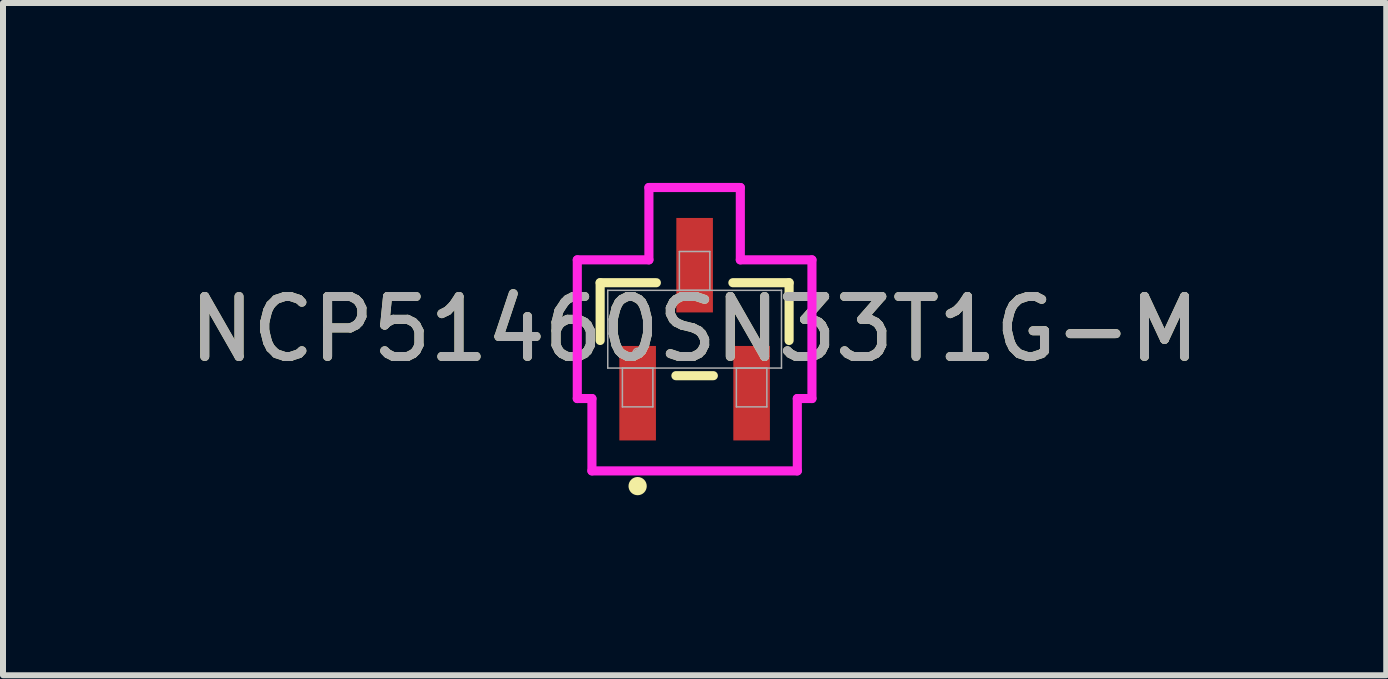
<source format=kicad_pcb>
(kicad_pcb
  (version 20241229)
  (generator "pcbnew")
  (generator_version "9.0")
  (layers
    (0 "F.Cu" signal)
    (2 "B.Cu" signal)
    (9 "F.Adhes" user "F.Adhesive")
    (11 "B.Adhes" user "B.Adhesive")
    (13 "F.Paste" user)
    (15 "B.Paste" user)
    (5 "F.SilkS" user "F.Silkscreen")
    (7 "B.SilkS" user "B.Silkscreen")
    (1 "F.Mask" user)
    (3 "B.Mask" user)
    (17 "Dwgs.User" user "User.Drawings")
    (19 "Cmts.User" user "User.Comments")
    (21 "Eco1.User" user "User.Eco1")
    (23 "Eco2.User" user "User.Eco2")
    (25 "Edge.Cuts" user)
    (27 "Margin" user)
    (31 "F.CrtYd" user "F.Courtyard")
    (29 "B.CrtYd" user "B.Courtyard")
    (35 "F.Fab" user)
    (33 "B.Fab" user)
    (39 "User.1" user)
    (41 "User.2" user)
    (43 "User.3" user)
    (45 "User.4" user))
  (footprint "NCP51460SN33T1G-M"
    (layer "F.Cu")
    (at 8.53 2.438)
    (property "Reference" "NCP51460SN33T1G-M" (at 0 0 0) (unlocked yes) (layer "F.SilkS") (effects (font (size 1 1) (thickness 0.15))))
    (attr smd)
    (fp_line (start -1.575 -0.775) (end -1.575 0.188) (stroke (width 0.152) (type solid)) (layer "F.SilkS"))
    (fp_line (start -0.638 -0.775) (end -1.575 -0.775) (stroke (width 0.152) (type solid)) (layer "F.SilkS"))
    (fp_line (start -0.312 0.775) (end 0.312 0.775) (stroke (width 0.152) (type solid)) (layer "F.SilkS"))
    (fp_line (start 1.575 -0.775) (end 0.638 -0.775) (stroke (width 0.152) (type solid)) (layer "F.SilkS"))
    (fp_line (start 1.575 0.188) (end 1.575 -0.775) (stroke (width 0.152) (type solid)) (layer "F.SilkS"))
    (fp_circle (center -0.95 2.616) (end -0.874 2.616) (stroke (width 0.152) (type solid)) (fill no) (layer "F.SilkS"))
    (fp_line (start -1.956 -1.156) (end -0.762 -1.156) (stroke (width 0.152) (type solid)) (layer "F.CrtYd"))
    (fp_line (start -1.956 1.156) (end -1.956 -1.156) (stroke (width 0.152) (type solid)) (layer "F.CrtYd"))
    (fp_line (start -1.956 1.156) (end -1.712 1.156) (stroke (width 0.152) (type solid)) (layer "F.CrtYd"))
    (fp_line (start -1.712 1.156) (end -1.712 2.362) (stroke (width 0.152) (type solid)) (layer "F.CrtYd"))
    (fp_line (start -1.712 2.362) (end 1.712 2.362) (stroke (width 0.152) (type solid)) (layer "F.CrtYd"))
    (fp_line (start -0.762 -2.362) (end 0.762 -2.362) (stroke (width 0.152) (type solid)) (layer "F.CrtYd"))
    (fp_line (start -0.762 -1.156) (end -0.762 -2.362) (stroke (width 0.152) (type solid)) (layer "F.CrtYd"))
    (fp_line (start 0.762 -1.156) (end 0.762 -2.362) (stroke (width 0.152) (type solid)) (layer "F.CrtYd"))
    (fp_line (start 1.712 1.156) (end 1.712 2.362) (stroke (width 0.152) (type solid)) (layer "F.CrtYd"))
    (fp_line (start 1.956 -1.156) (end 0.762 -1.156) (stroke (width 0.152) (type solid)) (layer "F.CrtYd"))
    (fp_line (start 1.956 -1.156) (end 1.956 1.156) (stroke (width 0.152) (type solid)) (layer "F.CrtYd"))
    (fp_line (start 1.956 1.156) (end 1.712 1.156) (stroke (width 0.152) (type solid)) (layer "F.CrtYd"))
    (fp_line (start -1.448 -0.648) (end -1.448 0.648) (stroke (width 0.025) (type solid)) (layer "F.Fab"))
    (fp_line (start -1.448 0.648) (end 1.448 0.648) (stroke (width 0.025) (type solid)) (layer "F.Fab"))
    (fp_line (start -1.204 0.648) (end -1.204 1.295) (stroke (width 0.025) (type solid)) (layer "F.Fab"))
    (fp_line (start -1.204 1.295) (end -0.696 1.295) (stroke (width 0.025) (type solid)) (layer "F.Fab"))
    (fp_line (start -0.696 0.648) (end -1.204 0.648) (stroke (width 0.025) (type solid)) (layer "F.Fab"))
    (fp_line (start -0.696 1.295) (end -0.696 0.648) (stroke (width 0.025) (type solid)) (layer "F.Fab"))
    (fp_line (start -0.254 -1.295) (end -0.254 -0.648) (stroke (width 0.025) (type solid)) (layer "F.Fab"))
    (fp_line (start -0.254 -0.648) (end 0.254 -0.648) (stroke (width 0.025) (type solid)) (layer "F.Fab"))
    (fp_line (start 0.254 -1.295) (end -0.254 -1.295) (stroke (width 0.025) (type solid)) (layer "F.Fab"))
    (fp_line (start 0.254 -0.648) (end 0.254 -1.295) (stroke (width 0.025) (type solid)) (layer "F.Fab"))
    (fp_line (start 0.696 0.648) (end 0.696 1.295) (stroke (width 0.025) (type solid)) (layer "F.Fab"))
    (fp_line (start 0.696 1.295) (end 1.204 1.295) (stroke (width 0.025) (type solid)) (layer "F.Fab"))
    (fp_line (start 1.204 0.648) (end 0.696 0.648) (stroke (width 0.025) (type solid)) (layer "F.Fab"))
    (fp_line (start 1.204 1.295) (end 1.204 0.648) (stroke (width 0.025) (type solid)) (layer "F.Fab"))
    (fp_line (start 1.448 -0.648) (end -1.448 -0.648) (stroke (width 0.025) (type solid)) (layer "F.Fab"))
    (fp_line (start 1.448 0.648) (end 1.448 -0.648) (stroke (width 0.025) (type solid)) (layer "F.Fab"))
    (fp_circle (center -0.95 0.394) (end -0.874 0.394) (stroke (width 0.025) (type solid)) (fill no) (layer "F.Fab"))
    (fp_text user "${REFERENCE}" (at 0 0 0) (unlocked yes) (layer "F.Fab") (effects (font (size 1 1) (thickness 0.15))))
    (pad "1" smd rect (at -0.95 1.067) (size 0.61 1.575) (layers "F.Cu" "F.Mask" "F.Paste"))
    (pad "2" smd rect (at 0.95 1.067) (size 0.61 1.575) (layers "F.Cu" "F.Mask" "F.Paste"))
    (pad "3" smd rect (at 0 -1.067) (size 0.61 1.575) (layers "F.Cu" "F.Mask" "F.Paste")))
  (gr_rect
    (start -3 -3)
    (end 20.06 8.207)
    (stroke (width 0.1) (type default))
    (fill no)
    (layer "Edge.Cuts")))
</source>
